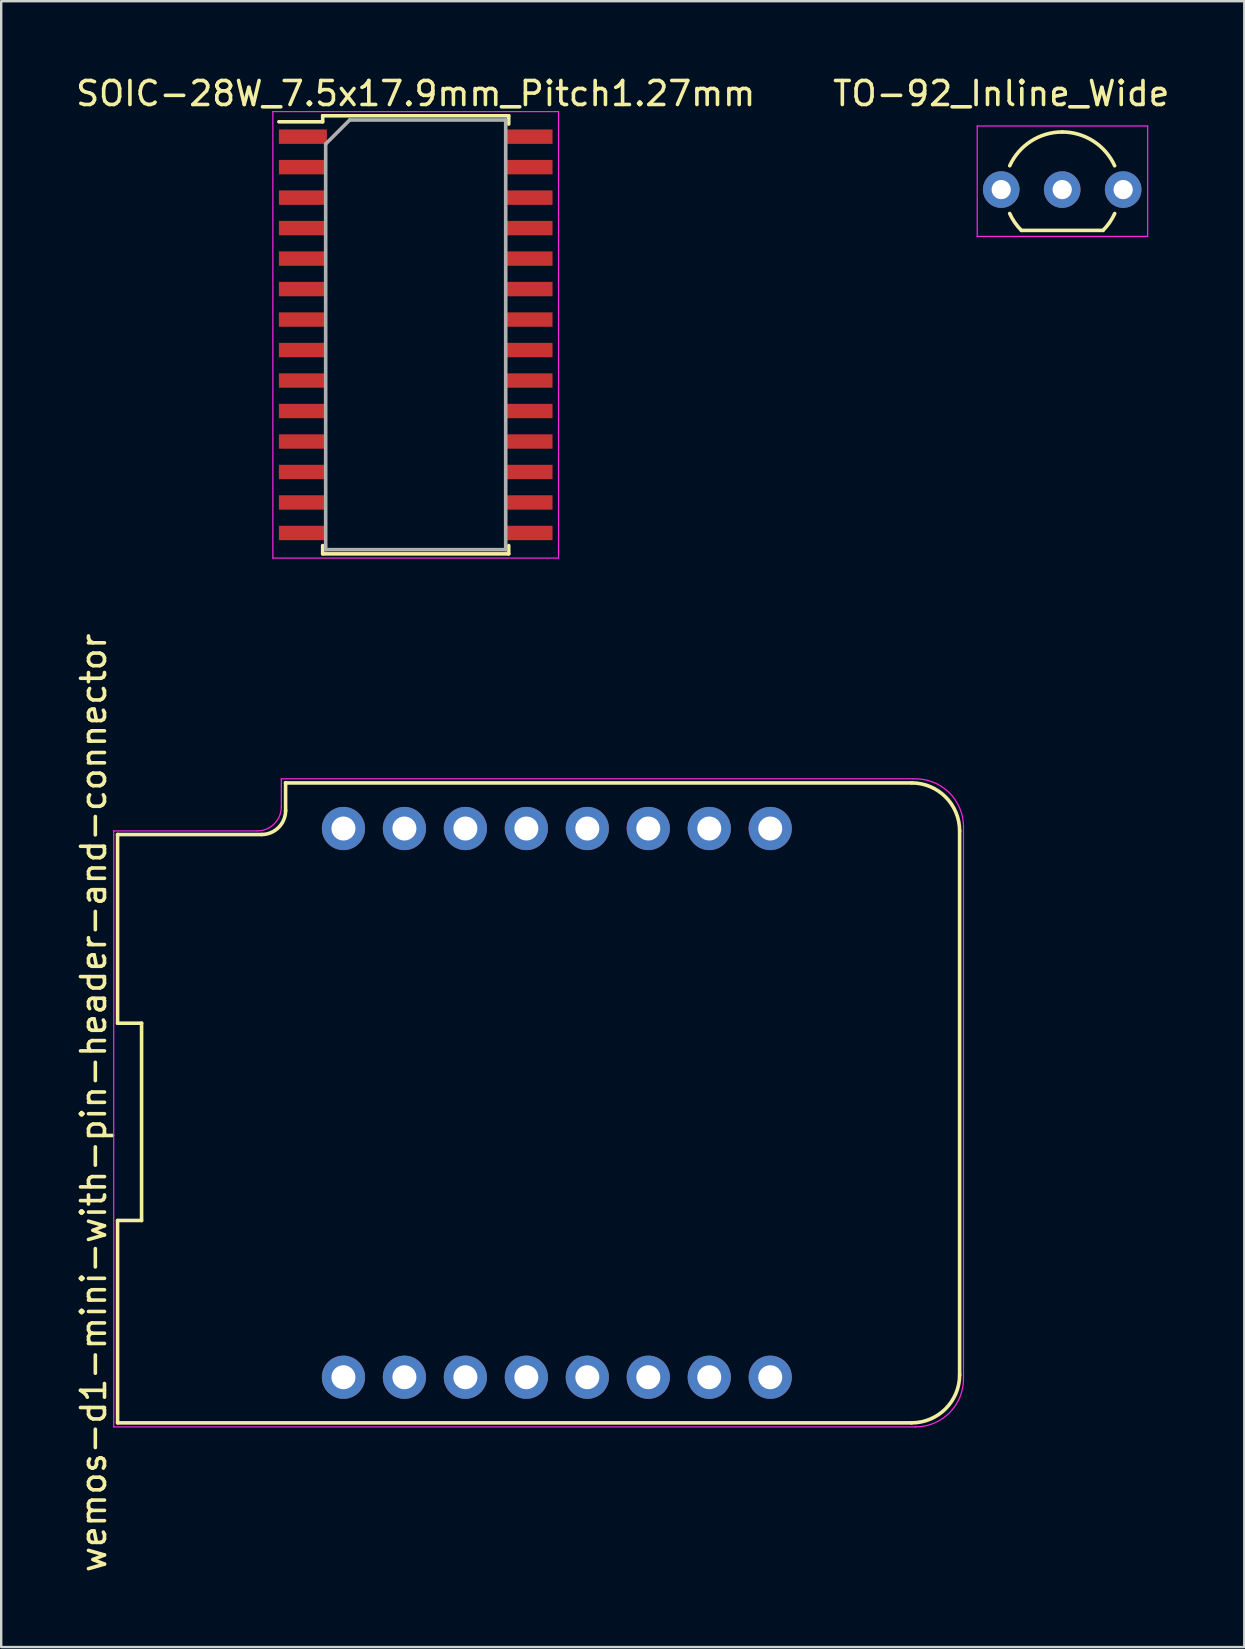
<source format=kicad_pcb>
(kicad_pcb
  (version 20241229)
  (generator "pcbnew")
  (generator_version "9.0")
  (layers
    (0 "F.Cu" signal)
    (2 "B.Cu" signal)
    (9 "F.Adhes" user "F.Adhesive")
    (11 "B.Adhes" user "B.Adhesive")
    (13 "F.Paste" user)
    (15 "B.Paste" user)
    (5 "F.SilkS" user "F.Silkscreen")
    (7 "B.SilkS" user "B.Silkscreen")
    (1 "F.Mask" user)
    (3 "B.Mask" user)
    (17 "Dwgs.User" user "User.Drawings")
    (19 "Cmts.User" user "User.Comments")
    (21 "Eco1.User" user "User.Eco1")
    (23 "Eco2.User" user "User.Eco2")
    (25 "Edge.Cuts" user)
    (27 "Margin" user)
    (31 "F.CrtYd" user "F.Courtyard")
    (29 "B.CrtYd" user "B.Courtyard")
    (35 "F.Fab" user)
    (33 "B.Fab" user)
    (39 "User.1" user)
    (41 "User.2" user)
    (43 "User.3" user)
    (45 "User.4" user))
  (footprint "TO-92_Inline_Wide"
    (layer "F.Cu")
    (at 38.661 4.848)
    (property "Reference" "TO-92_Inline_Wide" (at 0 -4 180) (layer "F.SilkS") (effects (font (size 1 1) (thickness 0.15))))
    (attr through_hole)
    (fp_line (start 0.84 1.7) (end 4.24 1.7) (stroke (width 0.15) (type solid)) (layer "F.SilkS"))
    (fp_arc (start 0.355121 -0.993127) (mid 1.240675 -2.017858) (end 2.54 -2.4) (stroke (width 0.15) (type solid)) (layer "F.SilkS"))
    (fp_arc (start 0.84 1.7) (mid 0.564627 1.370365) (end 0.352305 0.99699) (stroke (width 0.15) (type solid)) (layer "F.SilkS"))
    (fp_arc (start 2.54 -2.4) (mid 3.839326 -2.017858) (end 4.724879 -0.993127) (stroke (width 0.15) (type solid)) (layer "F.SilkS"))
    (fp_arc (start 4.727695 0.99699) (mid 4.515373 1.370365) (end 4.24 1.7) (stroke (width 0.15) (type solid)) (layer "F.SilkS"))
    (fp_line (start -1 -2.65) (end 6.1 -2.65) (stroke (width 0.05) (type solid)) (layer "F.CrtYd"))
    (fp_line (start -1 1.95) (end -1 -2.65) (stroke (width 0.05) (type solid)) (layer "F.CrtYd"))
    (fp_line (start -1 1.95) (end 6.1 1.95) (stroke (width 0.05) (type solid)) (layer "F.CrtYd"))
    (fp_line (start 6.1 1.95) (end 6.1 -2.65) (stroke (width 0.05) (type solid)) (layer "F.CrtYd"))
    (pad "1" thru_hole circle (at 0 0 90) (size 1.524 1.524) (drill 0.8) (layers "*.Cu" "*.Mask"))
    (pad "2" thru_hole circle (at 2.54 0 90) (size 1.524 1.524) (drill 0.8) (layers "*.Cu" "*.Mask"))
    (pad "3" thru_hole circle (at 5.08 0 90) (size 1.524 1.524) (drill 0.8) (layers "*.Cu" "*.Mask")))
  (footprint "SOIC-28W_7.5x17.9mm_Pitch1.27mm"
    (layer "F.Cu")
    (at 14.268 10.898)
    (property "Reference" "SOIC-28W_7.5x17.9mm_Pitch1.27mm" (at 0 -10.05 0) (layer "F.SilkS") (effects (font (size 1 1) (thickness 0.15))))
    (attr smd)
    (fp_line (start -3.875 -9.125) (end -3.875 -8.875) (stroke (width 0.15) (type solid)) (layer "F.SilkS"))
    (fp_line (start -3.875 -9.125) (end 3.875 -9.125) (stroke (width 0.15) (type solid)) (layer "F.SilkS"))
    (fp_line (start -3.875 -8.875) (end -5.7 -8.875) (stroke (width 0.15) (type solid)) (layer "F.SilkS"))
    (fp_line (start -3.875 9.125) (end -3.875 8.78) (stroke (width 0.15) (type solid)) (layer "F.SilkS"))
    (fp_line (start -3.875 9.125) (end 3.875 9.125) (stroke (width 0.15) (type solid)) (layer "F.SilkS"))
    (fp_line (start 3.875 -9.125) (end 3.875 -8.78) (stroke (width 0.15) (type solid)) (layer "F.SilkS"))
    (fp_line (start 3.875 9.125) (end 3.875 8.78) (stroke (width 0.15) (type solid)) (layer "F.SilkS"))
    (fp_line (start -5.95 -9.3) (end -5.95 9.3) (stroke (width 0.05) (type solid)) (layer "F.CrtYd"))
    (fp_line (start -5.95 -9.3) (end 5.95 -9.3) (stroke (width 0.05) (type solid)) (layer "F.CrtYd"))
    (fp_line (start -5.95 9.3) (end 5.95 9.3) (stroke (width 0.05) (type solid)) (layer "F.CrtYd"))
    (fp_line (start 5.95 -9.3) (end 5.95 9.3) (stroke (width 0.05) (type solid)) (layer "F.CrtYd"))
    (fp_line (start -3.75 -7.95) (end -2.75 -8.95) (stroke (width 0.15) (type solid)) (layer "F.Fab"))
    (fp_line (start -3.75 8.95) (end -3.75 -7.95) (stroke (width 0.15) (type solid)) (layer "F.Fab"))
    (fp_line (start -2.75 -8.95) (end 3.75 -8.95) (stroke (width 0.15) (type solid)) (layer "F.Fab"))
    (fp_line (start 3.75 -8.95) (end 3.75 8.95) (stroke (width 0.15) (type solid)) (layer "F.Fab"))
    (fp_line (start 3.75 8.95) (end -3.75 8.95) (stroke (width 0.15) (type solid)) (layer "F.Fab"))
    (pad "1" smd rect (at -4.7 -8.255) (size 2 0.6) (layers "F.Cu" "F.Mask" "F.Paste"))
    (pad "2" smd rect (at -4.7 -6.985) (size 2 0.6) (layers "F.Cu" "F.Mask" "F.Paste"))
    (pad "3" smd rect (at -4.7 -5.715) (size 2 0.6) (layers "F.Cu" "F.Mask" "F.Paste"))
    (pad "4" smd rect (at -4.7 -4.445) (size 2 0.6) (layers "F.Cu" "F.Mask" "F.Paste"))
    (pad "5" smd rect (at -4.7 -3.175) (size 2 0.6) (layers "F.Cu" "F.Mask" "F.Paste"))
    (pad "6" smd rect (at -4.7 -1.905) (size 2 0.6) (layers "F.Cu" "F.Mask" "F.Paste"))
    (pad "7" smd rect (at -4.7 -0.635) (size 2 0.6) (layers "F.Cu" "F.Mask" "F.Paste"))
    (pad "8" smd rect (at -4.7 0.635) (size 2 0.6) (layers "F.Cu" "F.Mask" "F.Paste"))
    (pad "9" smd rect (at -4.7 1.905) (size 2 0.6) (layers "F.Cu" "F.Mask" "F.Paste"))
    (pad "10" smd rect (at -4.7 3.175) (size 2 0.6) (layers "F.Cu" "F.Mask" "F.Paste"))
    (pad "11" smd rect (at -4.7 4.445) (size 2 0.6) (layers "F.Cu" "F.Mask" "F.Paste"))
    (pad "12" smd rect (at -4.7 5.715) (size 2 0.6) (layers "F.Cu" "F.Mask" "F.Paste"))
    (pad "13" smd rect (at -4.7 6.985) (size 2 0.6) (layers "F.Cu" "F.Mask" "F.Paste"))
    (pad "14" smd rect (at -4.7 8.255) (size 2 0.6) (layers "F.Cu" "F.Mask" "F.Paste"))
    (pad "15" smd rect (at 4.7 8.255) (size 2 0.6) (layers "F.Cu" "F.Mask" "F.Paste"))
    (pad "16" smd rect (at 4.7 6.985) (size 2 0.6) (layers "F.Cu" "F.Mask" "F.Paste"))
    (pad "17" smd rect (at 4.7 5.715) (size 2 0.6) (layers "F.Cu" "F.Mask" "F.Paste"))
    (pad "18" smd rect (at 4.7 4.445) (size 2 0.6) (layers "F.Cu" "F.Mask" "F.Paste"))
    (pad "19" smd rect (at 4.7 3.175) (size 2 0.6) (layers "F.Cu" "F.Mask" "F.Paste"))
    (pad "20" smd rect (at 4.7 1.905) (size 2 0.6) (layers "F.Cu" "F.Mask" "F.Paste"))
    (pad "21" smd rect (at 4.7 0.635) (size 2 0.6) (layers "F.Cu" "F.Mask" "F.Paste"))
    (pad "22" smd rect (at 4.7 -0.635) (size 2 0.6) (layers "F.Cu" "F.Mask" "F.Paste"))
    (pad "23" smd rect (at 4.7 -1.905) (size 2 0.6) (layers "F.Cu" "F.Mask" "F.Paste"))
    (pad "24" smd rect (at 4.7 -3.175) (size 2 0.6) (layers "F.Cu" "F.Mask" "F.Paste"))
    (pad "25" smd rect (at 4.7 -4.445) (size 2 0.6) (layers "F.Cu" "F.Mask" "F.Paste"))
    (pad "26" smd rect (at 4.7 -5.715) (size 2 0.6) (layers "F.Cu" "F.Mask" "F.Paste"))
    (pad "27" smd rect (at 4.7 -6.985) (size 2 0.6) (layers "F.Cu" "F.Mask" "F.Paste"))
    (pad "28" smd rect (at 4.7 -8.255) (size 2 0.6) (layers "F.Cu" "F.Mask" "F.Paste")))
  (footprint "wemos-d1-mini-with-pin-header-and-connector"
    (layer "F.Cu")
    (at 20.148 42.896)
    (property "Reference" "wemos-d1-mini-with-pin-header-and-connector" (at -19.3 0 90) (layer "F.SilkS") (effects (font (size 1 1) (thickness 0.15))))
    (attr through_hole)
    (fp_line (start -18.3 -11.18) (end -18.3 -3.32) (stroke (width 0.15) (type solid)) (layer "F.SilkS"))
    (fp_line (start -18.3 -11.18) (end -12.3 -11.18) (stroke (width 0.15) (type solid)) (layer "F.SilkS"))
    (fp_line (start -18.3 -3.32) (end -17.3 -3.32) (stroke (width 0.15) (type solid)) (layer "F.SilkS"))
    (fp_line (start -18.3 4.9) (end -18.3 13.33) (stroke (width 0.15) (type solid)) (layer "F.SilkS"))
    (fp_line (start -18.3 13.33) (end 14.78 13.33) (stroke (width 0.15) (type solid)) (layer "F.SilkS"))
    (fp_line (start -17.3 -3.32) (end -17.3 4.9) (stroke (width 0.15) (type solid)) (layer "F.SilkS"))
    (fp_line (start -17.3 4.9) (end -18.3 4.9) (stroke (width 0.15) (type solid)) (layer "F.SilkS"))
    (fp_line (start -11.3 -13.33) (end -11.3 -13.33) (stroke (width 0.15) (type solid)) (layer "F.SilkS"))
    (fp_line (start -11.3 -12.17) (end -11.3 -13.33) (stroke (width 0.15) (type solid)) (layer "F.SilkS"))
    (fp_line (start 14.78 -13.33) (end -11.3 -13.33) (stroke (width 0.15) (type solid)) (layer "F.SilkS"))
    (fp_line (start 16.78 11.33) (end 16.78 -11.33) (stroke (width 0.15) (type solid)) (layer "F.SilkS"))
    (fp_arc (start -11.3 -12.18) (mid -11.592893 -11.472893) (end -12.3 -11.18) (stroke (width 0.15) (type solid)) (layer "F.SilkS"))
    (fp_arc (start 14.78 -13.33) (mid 16.194214 -12.744214) (end 16.78 -11.33) (stroke (width 0.15) (type solid)) (layer "F.SilkS"))
    (fp_arc (start 16.78 11.33) (mid 16.194214 12.744214) (end 14.78 13.33) (stroke (width 0.15) (type solid)) (layer "F.SilkS"))
    (fp_line (start -18.46 -11.33) (end -12.48 -11.33) (stroke (width 0.05) (type solid)) (layer "F.CrtYd"))
    (fp_line (start -18.46 13.5) (end -18.46 -11.33) (stroke (width 0.05) (type solid)) (layer "F.CrtYd"))
    (fp_line (start -11.48 -13.5) (end -11.48 -12.33) (stroke (width 0.05) (type solid)) (layer "F.CrtYd"))
    (fp_line (start -11.48 -13.5) (end 14.85 -13.5) (stroke (width 0.05) (type solid)) (layer "F.CrtYd"))
    (fp_line (start 14.94 13.5) (end -18.46 13.5) (stroke (width 0.05) (type solid)) (layer "F.CrtYd"))
    (fp_line (start 16.94 -11.5) (end 16.94 11.5) (stroke (width 0.05) (type solid)) (layer "F.CrtYd"))
    (fp_arc (start -11.48 -12.33) (mid -11.772893 -11.622893) (end -12.48 -11.33) (stroke (width 0.05) (type solid)) (layer "F.CrtYd"))
    (fp_arc (start 14.85 -13.5) (mid 16.323459 -12.947115) (end 16.942024 -11.5) (stroke (width 0.05) (type solid)) (layer "F.CrtYd"))
    (fp_arc (start 16.94 11.5) (mid 16.354214 12.914214) (end 14.94 13.5) (stroke (width 0.05) (type solid)) (layer "F.CrtYd"))
    (pad "1" thru_hole circle (at -8.89 11.43) (size 1.8 1.8) (drill 1) (layers "*.Cu" "*.Mask"))
    (pad "2" thru_hole circle (at -6.35 11.43) (size 1.8 1.8) (drill 1) (layers "*.Cu" "*.Mask"))
    (pad "3" thru_hole circle (at -3.81 11.43) (size 1.8 1.8) (drill 1) (layers "*.Cu" "*.Mask"))
    (pad "4" thru_hole circle (at -1.27 11.43) (size 1.8 1.8) (drill 1) (layers "*.Cu" "*.Mask"))
    (pad "5" thru_hole circle (at 1.27 11.43) (size 1.8 1.8) (drill 1) (layers "*.Cu" "*.Mask"))
    (pad "6" thru_hole circle (at 3.81 11.43) (size 1.8 1.8) (drill 1) (layers "*.Cu" "*.Mask"))
    (pad "7" thru_hole circle (at 6.35 11.43) (size 1.8 1.8) (drill 1) (layers "*.Cu" "*.Mask"))
    (pad "8" thru_hole circle (at 8.89 11.43) (size 1.8 1.8) (drill 1) (layers "*.Cu" "*.Mask"))
    (pad "9" thru_hole circle (at 8.89 -11.43) (size 1.8 1.8) (drill 1) (layers "*.Cu" "*.Mask"))
    (pad "10" thru_hole circle (at 6.35 -11.43) (size 1.8 1.8) (drill 1) (layers "*.Cu" "*.Mask"))
    (pad "11" thru_hole circle (at 3.81 -11.43) (size 1.8 1.8) (drill 1) (layers "*.Cu" "*.Mask"))
    (pad "12" thru_hole circle (at 1.27 -11.43) (size 1.8 1.8) (drill 1) (layers "*.Cu" "*.Mask"))
    (pad "13" thru_hole circle (at -1.27 -11.43) (size 1.8 1.8) (drill 1) (layers "*.Cu" "*.Mask"))
    (pad "14" thru_hole circle (at -3.81 -11.43) (size 1.8 1.8) (drill 1) (layers "*.Cu" "*.Mask"))
    (pad "15" thru_hole circle (at -6.35 -11.43) (size 1.8 1.8) (drill 1) (layers "*.Cu" "*.Mask"))
    (pad "16" thru_hole circle (at -8.89 -11.43) (size 1.8 1.8) (drill 1) (layers "*.Cu" "*.Mask")))
  (gr_rect
    (start -3 -3)
    (end 48.786 65.568)
    (stroke (width 0.1) (type default))
    (fill no)
    (layer "Edge.Cuts")))
</source>
